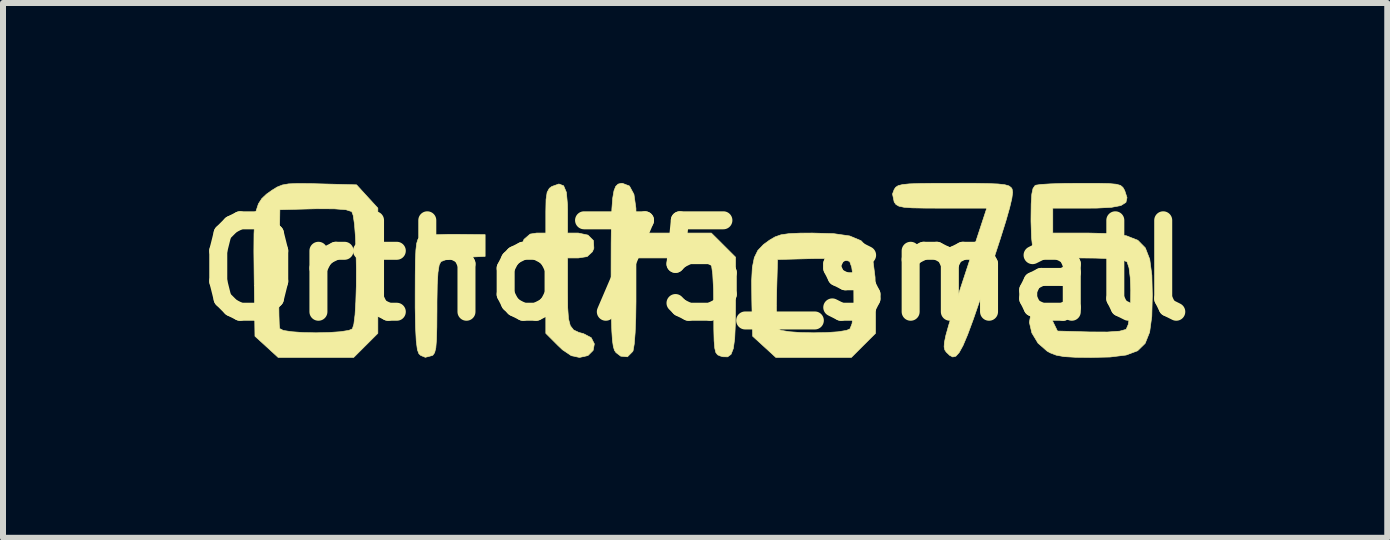
<source format=kicad_pcb>
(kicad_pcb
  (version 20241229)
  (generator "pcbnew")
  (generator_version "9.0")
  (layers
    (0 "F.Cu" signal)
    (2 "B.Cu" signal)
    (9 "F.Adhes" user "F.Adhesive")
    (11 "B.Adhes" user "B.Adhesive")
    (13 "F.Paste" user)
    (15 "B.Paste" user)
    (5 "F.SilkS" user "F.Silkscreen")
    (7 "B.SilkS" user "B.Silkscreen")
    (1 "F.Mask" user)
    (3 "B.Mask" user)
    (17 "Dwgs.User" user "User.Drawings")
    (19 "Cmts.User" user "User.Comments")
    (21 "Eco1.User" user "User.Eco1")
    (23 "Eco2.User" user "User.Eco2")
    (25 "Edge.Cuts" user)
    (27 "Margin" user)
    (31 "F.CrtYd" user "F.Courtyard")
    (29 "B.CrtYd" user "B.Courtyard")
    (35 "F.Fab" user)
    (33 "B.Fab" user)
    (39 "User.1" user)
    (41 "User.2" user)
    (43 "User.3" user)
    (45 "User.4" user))
  (footprint "Ortho75_small"
    (layer "F.Cu")
    (at 8.534 1.456)
    (property "Reference" "Ortho75_small" (at 0 0 0) (layer "F.SilkS") (effects (font (size 1.524 1.524) (thickness 0.3))))
    (attr through_hole)
    (fp_poly (pts (xy -3.499 -0.596) (xy -3.499 -0.233) (xy -3.834 -0.218) (xy -4.018 -0.201) (xy -4.165 -0.174) (xy -4.236 -0.146) (xy -4.265 -0.089) (xy -4.285 0.035) (xy -4.297 0.236) (xy -4.302 0.526) (xy -4.302 0.649) (xy -4.304 0.946) (xy -4.31 1.155) (xy -4.321 1.292) (xy -4.341 1.372) (xy -4.369 1.412) (xy -4.384 1.42) (xy -4.496 1.449) (xy -4.573 1.417) (xy -4.603 1.389) (xy -4.628 1.323) (xy -4.647 1.177) (xy -4.659 0.945) (xy -4.665 0.621) (xy -4.665 0.406) (xy -4.664 0.073) (xy -4.661 -0.171) (xy -4.653 -0.34) (xy -4.64 -0.45) (xy -4.62 -0.515) (xy -4.591 -0.55) (xy -4.575 -0.56) (xy -4.485 -0.58) (xy -4.32 -0.594) (xy -4.108 -0.601) (xy -3.991 -0.601) (xy -3.499 -0.596)) (stroke (width 0.01) (type solid)) (fill yes) (layer "F.SilkS"))
    (fp_poly (pts (xy -2.191 -1.41) (xy -2.145 -1.301) (xy -2.127 -1.101) (xy -2.125 -1.005) (xy -2.125 -0.622) (xy -1.946 -0.622) (xy -1.785 -0.588) (xy -1.694 -0.497) (xy -1.687 -0.369) (xy -1.711 -0.311) (xy -1.799 -0.23) (xy -1.946 -0.207) (xy -2.125 -0.207) (xy -2.125 0.357) (xy -2.123 0.624) (xy -2.11 0.806) (xy -2.08 0.922) (xy -2.026 0.992) (xy -1.941 1.033) (xy -1.859 1.055) (xy -1.731 1.122) (xy -1.679 1.225) (xy -1.699 1.333) (xy -1.785 1.419) (xy -1.926 1.451) (xy -2.063 1.422) (xy -2.21 1.323) (xy -2.287 1.25) (xy -2.488 1.049) (xy -2.488 -0.207) (xy -2.642 -0.207) (xy -2.788 -0.246) (xy -2.869 -0.344) (xy -2.869 -0.476) (xy -2.851 -0.518) (xy -2.749 -0.605) (xy -2.642 -0.622) (xy -2.488 -0.622) (xy -2.488 -0.983) (xy -2.484 -1.181) (xy -2.466 -1.301) (xy -2.429 -1.368) (xy -2.388 -1.398) (xy -2.27 -1.44) (xy -2.191 -1.41)) (stroke (width 0.01) (type solid)) (fill yes) (layer "F.SilkS"))
    (fp_poly (pts (xy 4.636 -1.451) (xy 4.881 -1.447) (xy 5.051 -1.44) (xy 5.163 -1.427) (xy 5.23 -1.408) (xy 5.267 -1.38) (xy 5.283 -1.356) (xy 5.292 -1.301) (xy 5.279 -1.201) (xy 5.242 -1.044) (xy 5.179 -0.822) (xy 5.086 -0.526) (xy 4.962 -0.146) (xy 4.896 0.054) (xy 4.752 0.481) (xy 4.636 0.817) (xy 4.542 1.071) (xy 4.465 1.253) (xy 4.401 1.369) (xy 4.346 1.43) (xy 4.294 1.443) (xy 4.242 1.416) (xy 4.185 1.361) (xy 4.161 1.325) (xy 4.15 1.275) (xy 4.155 1.199) (xy 4.179 1.083) (xy 4.226 0.915) (xy 4.298 0.683) (xy 4.398 0.373) (xy 4.482 0.117) (xy 4.861 -1.037) (xy 4.117 -1.037) (xy 3.824 -1.038) (xy 3.617 -1.042) (xy 3.481 -1.052) (xy 3.397 -1.07) (xy 3.348 -1.098) (xy 3.319 -1.138) (xy 3.318 -1.14) (xy 3.29 -1.273) (xy 3.318 -1.348) (xy 3.343 -1.385) (xy 3.384 -1.412) (xy 3.456 -1.43) (xy 3.572 -1.442) (xy 3.75 -1.448) (xy 4.002 -1.451) (xy 4.302 -1.451) (xy 4.636 -1.451)) (stroke (width 0.01) (type solid)) (fill yes) (layer "F.SilkS"))
    (fp_poly (pts (xy 2.311 -0.612) (xy 2.576 -0.574) (xy 2.765 -0.495) (xy 2.89 -0.363) (xy 2.964 -0.165) (xy 2.999 0.112) (xy 3.007 0.442) (xy 3.007 1.049) (xy 2.805 1.25) (xy 2.604 1.451) (xy 1.346 1.451) (xy 1.153 1.274) (xy 0.959 1.097) (xy 0.947 0.591) (xy 1.355 0.591) (xy 1.357 0.787) (xy 1.363 0.923) (xy 1.37 0.968) (xy 1.431 0.999) (xy 1.57 1.022) (xy 1.76 1.036) (xy 1.976 1.04) (xy 2.193 1.036) (xy 2.384 1.023) (xy 2.524 1) (xy 2.581 0.975) (xy 2.615 0.89) (xy 2.636 0.732) (xy 2.646 0.53) (xy 2.645 0.312) (xy 2.633 0.108) (xy 2.61 -0.054) (xy 2.577 -0.146) (xy 2.571 -0.151) (xy 2.475 -0.181) (xy 2.279 -0.197) (xy 1.987 -0.197) (xy 1.936 -0.196) (xy 1.374 -0.181) (xy 1.359 0.359) (xy 1.355 0.591) (xy 0.947 0.591) (xy 0.945 0.484) (xy 0.942 0.175) (xy 0.954 -0.05) (xy 0.987 -0.213) (xy 1.046 -0.333) (xy 1.139 -0.43) (xy 1.24 -0.504) (xy 1.332 -0.558) (xy 1.431 -0.593) (xy 1.563 -0.612) (xy 1.753 -0.621) (xy 1.957 -0.622) (xy 2.311 -0.612)) (stroke (width 0.01) (type solid)) (fill yes) (layer "F.SilkS"))
    (fp_poly (pts (xy -6.397 -1.446) (xy -6.255 -1.442) (xy -5.642 -1.426) (xy -5.465 -1.232) (xy -5.287 -1.038) (xy -5.287 1.049) (xy -5.69 1.451) (xy -6.948 1.451) (xy -7.141 1.274) (xy -7.335 1.097) (xy -7.343 0.528) (xy -6.938 0.528) (xy -6.935 0.751) (xy -6.93 0.904) (xy -6.923 0.97) (xy -6.862 1.001) (xy -6.724 1.022) (xy -6.534 1.036) (xy -6.318 1.04) (xy -6.101 1.035) (xy -5.91 1.022) (xy -5.771 1) (xy -5.712 0.975) (xy -5.687 0.898) (xy -5.667 0.739) (xy -5.654 0.519) (xy -5.646 0.259) (xy -5.645 -0.02) (xy -5.65 -0.298) (xy -5.66 -0.554) (xy -5.676 -0.767) (xy -5.698 -0.917) (xy -5.722 -0.98) (xy -5.819 -1.011) (xy -6.014 -1.026) (xy -6.307 -1.027) (xy -6.357 -1.026) (xy -6.92 -1.011) (xy -6.934 -0.054) (xy -6.938 0.254) (xy -6.938 0.528) (xy -7.343 0.528) (xy -7.349 0.069) (xy -7.353 -0.315) (xy -7.351 -0.61) (xy -7.339 -0.831) (xy -7.316 -0.992) (xy -7.277 -1.11) (xy -7.22 -1.198) (xy -7.141 -1.272) (xy -7.049 -1.337) (xy -6.965 -1.389) (xy -6.88 -1.423) (xy -6.773 -1.442) (xy -6.62 -1.448) (xy -6.397 -1.446)) (stroke (width 0.01) (type solid)) (fill yes) (layer "F.SilkS"))
    (fp_poly (pts (xy -1.094 -1.406) (xy -1.019 -1.267) (xy -0.986 -1.036) (xy -0.985 -0.955) (xy -0.985 -0.622) (xy 0.271 -0.622) (xy 0.473 -0.421) (xy 0.674 -0.22) (xy 0.674 0.558) (xy 0.671 0.893) (xy 0.66 1.137) (xy 0.637 1.302) (xy 0.599 1.399) (xy 0.542 1.441) (xy 0.463 1.439) (xy 0.417 1.426) (xy 0.375 1.407) (xy 0.346 1.37) (xy 0.328 1.298) (xy 0.317 1.175) (xy 0.312 0.984) (xy 0.311 0.709) (xy 0.311 0.655) (xy 0.307 0.31) (xy 0.294 0.064) (xy 0.273 -0.088) (xy 0.249 -0.145) (xy 0.16 -0.177) (xy -0.03 -0.198) (xy -0.318 -0.207) (xy -0.399 -0.207) (xy -0.985 -0.207) (xy -0.985 0.522) (xy -0.989 0.796) (xy -0.999 1.038) (xy -1.014 1.226) (xy -1.033 1.337) (xy -1.039 1.351) (xy -1.127 1.44) (xy -1.239 1.43) (xy -1.318 1.37) (xy -1.344 1.332) (xy -1.363 1.267) (xy -1.378 1.163) (xy -1.388 1.008) (xy -1.395 0.789) (xy -1.398 0.495) (xy -1.4 0.113) (xy -1.4 -0.019) (xy -1.399 -0.443) (xy -1.395 -0.774) (xy -1.387 -1.025) (xy -1.373 -1.205) (xy -1.352 -1.326) (xy -1.323 -1.4) (xy -1.283 -1.438) (xy -1.231 -1.451) (xy -1.211 -1.451) (xy -1.094 -1.406)) (stroke (width 0.01) (type solid)) (fill yes) (layer "F.SilkS"))
    (fp_poly (pts (xy 6.707 -1.451) (xy 6.896 -1.447) (xy 7.018 -1.436) (xy 7.09 -1.416) (xy 7.13 -1.382) (xy 7.158 -1.333) (xy 7.162 -1.323) (xy 7.198 -1.212) (xy 7.18 -1.133) (xy 7.097 -1.081) (xy 6.94 -1.051) (xy 6.695 -1.038) (xy 6.525 -1.037) (xy 5.961 -1.037) (xy 5.961 -0.622) (xy 6.562 -0.622) (xy 6.92 -0.613) (xy 7.187 -0.577) (xy 7.378 -0.502) (xy 7.503 -0.375) (xy 7.577 -0.185) (xy 7.612 0.082) (xy 7.62 0.412) (xy 7.611 0.766) (xy 7.575 1.03) (xy 7.5 1.217) (xy 7.374 1.34) (xy 7.183 1.411) (xy 6.915 1.444) (xy 6.599 1.451) (xy 6.335 1.448) (xy 6.149 1.437) (xy 6.018 1.413) (xy 5.917 1.374) (xy 5.867 1.346) (xy 5.715 1.213) (xy 5.612 1.042) (xy 5.571 0.866) (xy 5.593 0.743) (xy 5.676 0.639) (xy 5.777 0.631) (xy 5.882 0.715) (xy 5.944 0.816) (xy 6.039 1.011) (xy 6.576 1.026) (xy 6.872 1.027) (xy 7.075 1.013) (xy 7.18 0.984) (xy 7.185 0.98) (xy 7.219 0.901) (xy 7.244 0.746) (xy 7.257 0.546) (xy 7.26 0.329) (xy 7.252 0.123) (xy 7.232 -0.042) (xy 7.2 -0.139) (xy 7.195 -0.145) (xy 7.115 -0.175) (xy 6.941 -0.195) (xy 6.67 -0.205) (xy 6.428 -0.207) (xy 6.088 -0.212) (xy 5.849 -0.225) (xy 5.705 -0.248) (xy 5.661 -0.27) (xy 5.628 -0.359) (xy 5.607 -0.544) (xy 5.598 -0.818) (xy 5.598 -0.86) (xy 5.601 -1.107) (xy 5.611 -1.269) (xy 5.631 -1.364) (xy 5.663 -1.411) (xy 5.68 -1.42) (xy 5.761 -1.432) (xy 5.923 -1.442) (xy 6.144 -1.449) (xy 6.4 -1.451) (xy 6.433 -1.451) (xy 6.707 -1.451)) (stroke (width 0.01) (type solid)) (fill yes) (layer "F.SilkS")))
  (gr_rect
    (start -3 -3)
    (end 20.069 5.913)
    (stroke (width 0.1) (type default))
    (fill no)
    (layer "Edge.Cuts")))
</source>
